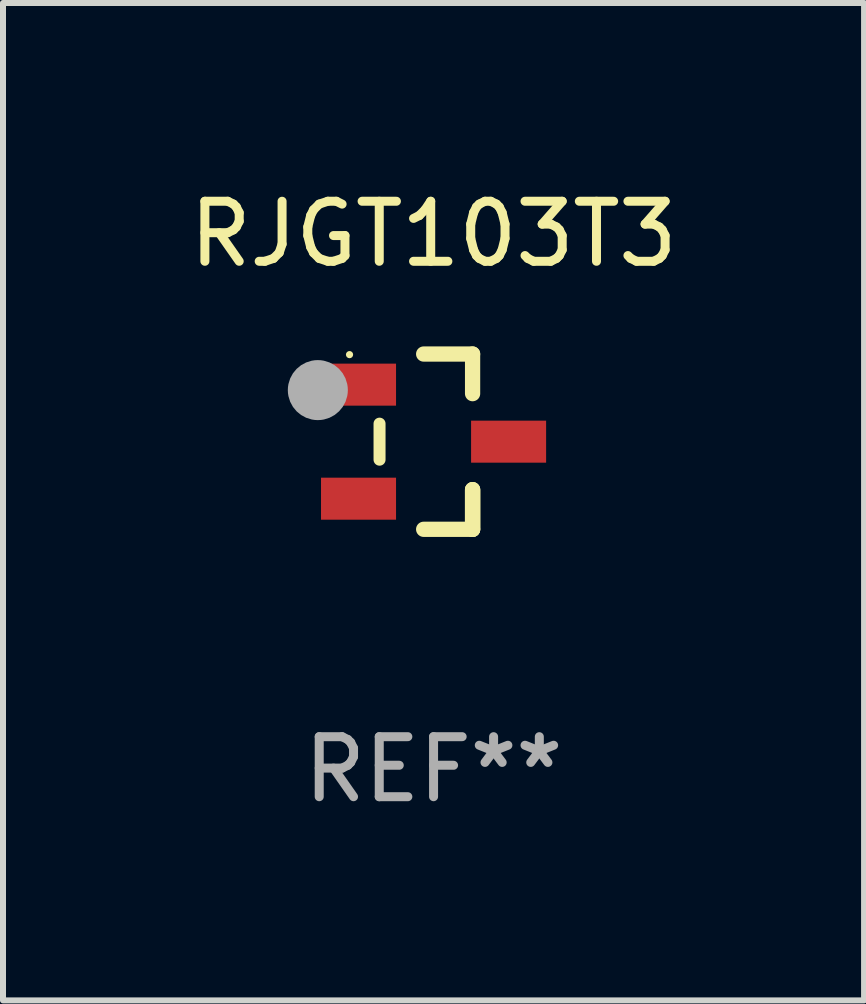
<source format=kicad_pcb>
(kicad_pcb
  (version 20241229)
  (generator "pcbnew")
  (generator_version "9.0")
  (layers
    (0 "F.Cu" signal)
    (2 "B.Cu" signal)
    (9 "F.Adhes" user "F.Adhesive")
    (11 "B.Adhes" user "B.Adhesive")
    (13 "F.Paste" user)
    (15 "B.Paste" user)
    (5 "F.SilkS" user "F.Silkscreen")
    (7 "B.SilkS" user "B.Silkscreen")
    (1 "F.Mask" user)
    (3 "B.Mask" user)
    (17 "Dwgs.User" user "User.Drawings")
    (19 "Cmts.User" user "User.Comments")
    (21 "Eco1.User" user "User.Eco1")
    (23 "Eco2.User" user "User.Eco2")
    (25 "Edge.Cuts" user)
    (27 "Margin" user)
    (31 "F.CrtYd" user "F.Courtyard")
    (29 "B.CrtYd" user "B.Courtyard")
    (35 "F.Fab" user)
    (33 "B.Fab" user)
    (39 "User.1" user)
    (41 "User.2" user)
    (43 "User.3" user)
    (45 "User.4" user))
  (footprint "RJGT103T3"
    (layer "F.Cu")
    (at 4.173 4.308)
    (property "Reference" "RJGT103T3" (at 0 -3.46 0) (layer "F.SilkS") (effects (font (size 1 1) (thickness 0.15))))
    (attr through_hole)
    (fp_line (start -0.9 -0.3) (end -0.9 0.3) (stroke (width 0.2) (type solid)) (layer "F.SilkS"))
    (fp_line (start -0.165 -1.46) (end 0.65 -1.46) (stroke (width 0.254) (type solid)) (layer "F.SilkS"))
    (fp_line (start 0.65 -1.46) (end 0.65 -0.8) (stroke (width 0.254) (type solid)) (layer "F.SilkS"))
    (fp_line (start 0.65 0.8) (end 0.65 1.46) (stroke (width 0.254) (type solid)) (layer "F.SilkS"))
    (fp_line (start 0.65 0.8) (end 0.65 1.46) (stroke (width 0.254) (type solid)) (layer "F.SilkS"))
    (fp_line (start 0.65 1.46) (end -0.165 1.46) (stroke (width 0.254) (type solid)) (layer "F.SilkS"))
    (fp_line (start 0.65 1.46) (end 0.65 0.8) (stroke (width 0.254) (type solid)) (layer "F.SilkS"))
    (fp_circle (center -1.4 -1.45) (end -1.37 -1.45) (stroke (width 0.06) (type solid)) (fill no) (layer "F.SilkS"))
    (fp_circle (center -1.928 -0.859) (end -1.678 -0.859) (stroke (width 0.5) (type solid)) (fill no) (layer "F.Fab"))
    (fp_text user "REF**" (at 0 5.46 0) (layer "F.Fab") (effects (font (size 1 1) (thickness 0.15))))
    (pad "1" smd rect (at -1.25 -0.95) (size 1.25 0.7) (layers "F.Cu" "F.Mask" "F.Paste"))
    (pad "2" smd rect (at -1.25 0.95) (size 1.25 0.7) (layers "F.Cu" "F.Mask" "F.Paste"))
    (pad "3" smd rect (at 1.25 0) (size 1.25 0.7) (layers "F.Cu" "F.Mask" "F.Paste")))
  (gr_rect
    (start -3 -3)
    (end 11.345 13.616)
    (stroke (width 0.1) (type default))
    (fill no)
    (layer "Edge.Cuts")))
</source>
